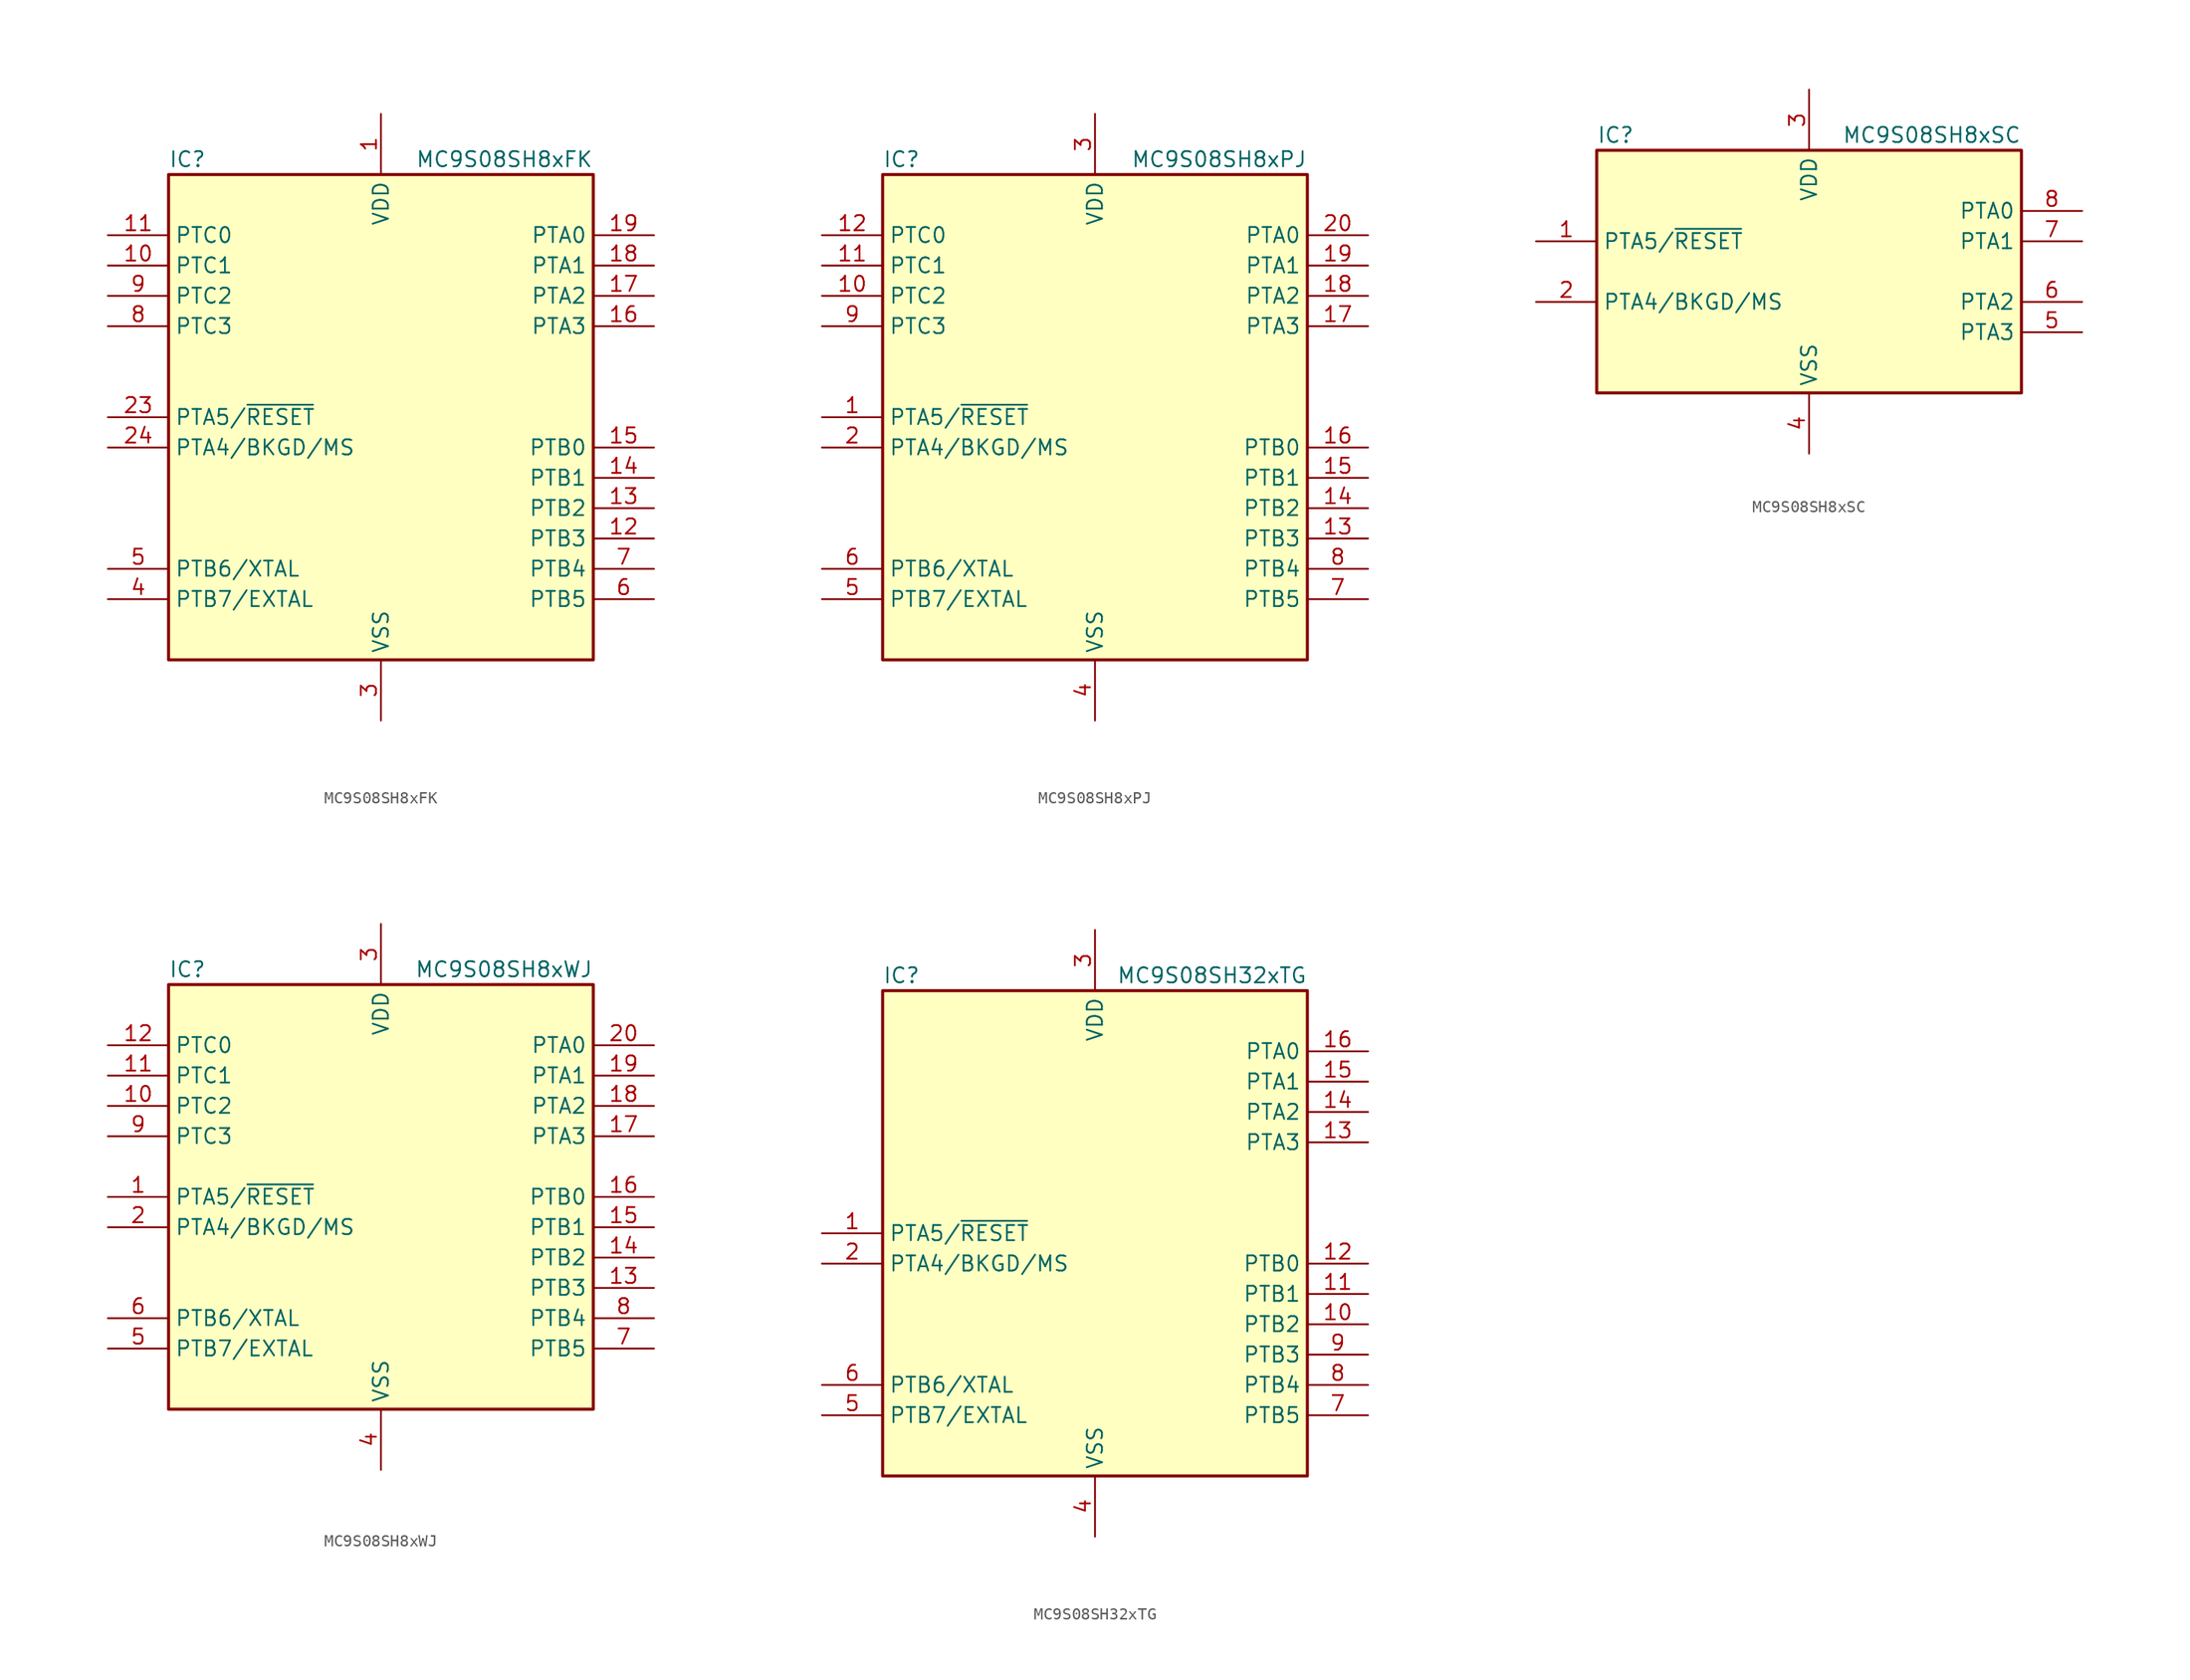
<source format=kicad_sym>
(kicad_symbol_lib
  (version 20241209)
  (generator "kicad_symbol_editor")
  (generator_version "9.0")
  (symbol "MC9S08SH8xFK"
    (property "Reference" "IC"
      (at -17.78 21.59 0)
      (effects (font (size 1.27 1.27)) (justify left)))
    (property "Value" "MC9S08SH8xFK"
      (at 17.78 21.59 0)
      (effects (font (size 1.27 1.27)) (justify right)))
    (symbol "MC9S08SH8xFK_0_1"
      (rectangle (start -17.78 20.32) (end 17.78 -20.32) (stroke (width 0.254) (type default)) (fill (type background))))
    (symbol "MC9S08SH8xFK_1_1"
      (pin bidirectional line (at -22.86 15.24 0) (length 5.08) (name "PTC0" (effects (font (size 1.27 1.27)))) (number "11" (effects (font (size 1.27 1.27)))))
      (pin bidirectional line (at -22.86 12.7 0) (length 5.08) (name "PTC1" (effects (font (size 1.27 1.27)))) (number "10" (effects (font (size 1.27 1.27)))))
      (pin bidirectional line (at -22.86 10.16 0) (length 5.08) (name "PTC2" (effects (font (size 1.27 1.27)))) (number "9" (effects (font (size 1.27 1.27)))))
      (pin bidirectional line (at -22.86 7.62 0) (length 5.08) (name "PTC3" (effects (font (size 1.27 1.27)))) (number "8" (effects (font (size 1.27 1.27)))))
      (pin bidirectional line (at -22.86 0 0) (length 5.08) (name "PTA5/~{RESET}" (effects (font (size 1.27 1.27)))) (number "23" (effects (font (size 1.27 1.27)))))
      (pin bidirectional line (at -22.86 -2.54 0) (length 5.08) (name "PTA4/BKGD/MS" (effects (font (size 1.27 1.27)))) (number "24" (effects (font (size 1.27 1.27)))))
      (pin bidirectional line (at -22.86 -12.7 0) (length 5.08) (name "PTB6/XTAL" (effects (font (size 1.27 1.27)))) (number "5" (effects (font (size 1.27 1.27)))))
      (pin bidirectional line (at -22.86 -15.24 0) (length 5.08) (name "PTB7/EXTAL" (effects (font (size 1.27 1.27)))) (number "4" (effects (font (size 1.27 1.27)))))
      (pin power_in line (at 0 25.4 270) (length 5.08) (name "VDD" (effects (font (size 1.27 1.27)))) (number "1" (effects (font (size 1.27 1.27)))))
      (pin power_in line (at 0 -25.4 90) (length 5.08) (name "VSS" (effects (font (size 1.27 1.27)))) (number "3" (effects (font (size 1.27 1.27)))))
      (pin bidirectional line (at 22.86 15.24 180) (length 5.08) (name "PTA0" (effects (font (size 1.27 1.27)))) (number "19" (effects (font (size 1.27 1.27)))))
      (pin bidirectional line (at 22.86 12.7 180) (length 5.08) (name "PTA1" (effects (font (size 1.27 1.27)))) (number "18" (effects (font (size 1.27 1.27)))))
      (pin bidirectional line (at 22.86 10.16 180) (length 5.08) (name "PTA2" (effects (font (size 1.27 1.27)))) (number "17" (effects (font (size 1.27 1.27)))))
      (pin bidirectional line (at 22.86 7.62 180) (length 5.08) (name "PTA3" (effects (font (size 1.27 1.27)))) (number "16" (effects (font (size 1.27 1.27)))))
      (pin bidirectional line (at 22.86 -2.54 180) (length 5.08) (name "PTB0" (effects (font (size 1.27 1.27)))) (number "15" (effects (font (size 1.27 1.27)))))
      (pin bidirectional line (at 22.86 -5.08 180) (length 5.08) (name "PTB1" (effects (font (size 1.27 1.27)))) (number "14" (effects (font (size 1.27 1.27)))))
      (pin bidirectional line (at 22.86 -7.62 180) (length 5.08) (name "PTB2" (effects (font (size 1.27 1.27)))) (number "13" (effects (font (size 1.27 1.27)))))
      (pin bidirectional line (at 22.86 -10.16 180) (length 5.08) (name "PTB3" (effects (font (size 1.27 1.27)))) (number "12" (effects (font (size 1.27 1.27)))))
      (pin bidirectional line (at 22.86 -12.7 180) (length 5.08) (name "PTB4" (effects (font (size 1.27 1.27)))) (number "7" (effects (font (size 1.27 1.27)))))
      (pin bidirectional line (at 22.86 -15.24 180) (length 5.08) (name "PTB5" (effects (font (size 1.27 1.27)))) (number "6" (effects (font (size 1.27 1.27)))))))
  (symbol "MC9S08SH8xPJ"
    (property "Reference" "IC"
      (at -17.78 21.59 0)
      (effects (font (size 1.27 1.27)) (justify left)))
    (property "Value" "MC9S08SH8xPJ"
      (at 17.78 21.59 0)
      (effects (font (size 1.27 1.27)) (justify right)))
    (symbol "MC9S08SH8xPJ_0_1"
      (rectangle (start -17.78 20.32) (end 17.78 -20.32) (stroke (width 0.254) (type default)) (fill (type background))))
    (symbol "MC9S08SH8xPJ_1_1"
      (pin bidirectional line (at -22.86 15.24 0) (length 5.08) (name "PTC0" (effects (font (size 1.27 1.27)))) (number "12" (effects (font (size 1.27 1.27)))))
      (pin bidirectional line (at -22.86 12.7 0) (length 5.08) (name "PTC1" (effects (font (size 1.27 1.27)))) (number "11" (effects (font (size 1.27 1.27)))))
      (pin bidirectional line (at -22.86 10.16 0) (length 5.08) (name "PTC2" (effects (font (size 1.27 1.27)))) (number "10" (effects (font (size 1.27 1.27)))))
      (pin bidirectional line (at -22.86 7.62 0) (length 5.08) (name "PTC3" (effects (font (size 1.27 1.27)))) (number "9" (effects (font (size 1.27 1.27)))))
      (pin bidirectional line (at -22.86 0 0) (length 5.08) (name "PTA5/~{RESET}" (effects (font (size 1.27 1.27)))) (number "1" (effects (font (size 1.27 1.27)))))
      (pin bidirectional line (at -22.86 -2.54 0) (length 5.08) (name "PTA4/BKGD/MS" (effects (font (size 1.27 1.27)))) (number "2" (effects (font (size 1.27 1.27)))))
      (pin bidirectional line (at -22.86 -12.7 0) (length 5.08) (name "PTB6/XTAL" (effects (font (size 1.27 1.27)))) (number "6" (effects (font (size 1.27 1.27)))))
      (pin bidirectional line (at -22.86 -15.24 0) (length 5.08) (name "PTB7/EXTAL" (effects (font (size 1.27 1.27)))) (number "5" (effects (font (size 1.27 1.27)))))
      (pin power_in line (at 0 25.4 270) (length 5.08) (name "VDD" (effects (font (size 1.27 1.27)))) (number "3" (effects (font (size 1.27 1.27)))))
      (pin power_in line (at 0 -25.4 90) (length 5.08) (name "VSS" (effects (font (size 1.27 1.27)))) (number "4" (effects (font (size 1.27 1.27)))))
      (pin bidirectional line (at 22.86 15.24 180) (length 5.08) (name "PTA0" (effects (font (size 1.27 1.27)))) (number "20" (effects (font (size 1.27 1.27)))))
      (pin bidirectional line (at 22.86 12.7 180) (length 5.08) (name "PTA1" (effects (font (size 1.27 1.27)))) (number "19" (effects (font (size 1.27 1.27)))))
      (pin bidirectional line (at 22.86 10.16 180) (length 5.08) (name "PTA2" (effects (font (size 1.27 1.27)))) (number "18" (effects (font (size 1.27 1.27)))))
      (pin bidirectional line (at 22.86 7.62 180) (length 5.08) (name "PTA3" (effects (font (size 1.27 1.27)))) (number "17" (effects (font (size 1.27 1.27)))))
      (pin bidirectional line (at 22.86 -2.54 180) (length 5.08) (name "PTB0" (effects (font (size 1.27 1.27)))) (number "16" (effects (font (size 1.27 1.27)))))
      (pin bidirectional line (at 22.86 -5.08 180) (length 5.08) (name "PTB1" (effects (font (size 1.27 1.27)))) (number "15" (effects (font (size 1.27 1.27)))))
      (pin bidirectional line (at 22.86 -7.62 180) (length 5.08) (name "PTB2" (effects (font (size 1.27 1.27)))) (number "14" (effects (font (size 1.27 1.27)))))
      (pin bidirectional line (at 22.86 -10.16 180) (length 5.08) (name "PTB3" (effects (font (size 1.27 1.27)))) (number "13" (effects (font (size 1.27 1.27)))))
      (pin bidirectional line (at 22.86 -12.7 180) (length 5.08) (name "PTB4" (effects (font (size 1.27 1.27)))) (number "8" (effects (font (size 1.27 1.27)))))
      (pin bidirectional line (at 22.86 -15.24 180) (length 5.08) (name "PTB5" (effects (font (size 1.27 1.27)))) (number "7" (effects (font (size 1.27 1.27)))))))
  (symbol "MC9S08SH8xSC"
    (property "Reference" "IC"
      (at -17.78 11.43 0)
      (effects (font (size 1.27 1.27)) (justify left)))
    (property "Value" "MC9S08SH8xSC"
      (at 17.78 11.43 0)
      (effects (font (size 1.27 1.27)) (justify right)))
    (symbol "MC9S08SH8xSC_0_1"
      (rectangle (start -17.78 10.16) (end 17.78 -10.16) (stroke (width 0.254) (type default)) (fill (type background))))
    (symbol "MC9S08SH8xSC_1_1"
      (pin bidirectional line (at -22.86 2.54 0) (length 5.08) (name "PTA5/~{RESET}" (effects (font (size 1.27 1.27)))) (number "1" (effects (font (size 1.27 1.27)))))
      (pin bidirectional line (at -22.86 -2.54 0) (length 5.08) (name "PTA4/BKGD/MS" (effects (font (size 1.27 1.27)))) (number "2" (effects (font (size 1.27 1.27)))))
      (pin power_in line (at 0 15.24 270) (length 5.08) (name "VDD" (effects (font (size 1.27 1.27)))) (number "3" (effects (font (size 1.27 1.27)))))
      (pin power_in line (at 0 -15.24 90) (length 5.08) (name "VSS" (effects (font (size 1.27 1.27)))) (number "4" (effects (font (size 1.27 1.27)))))
      (pin bidirectional line (at 22.86 5.08 180) (length 5.08) (name "PTA0" (effects (font (size 1.27 1.27)))) (number "8" (effects (font (size 1.27 1.27)))))
      (pin bidirectional line (at 22.86 2.54 180) (length 5.08) (name "PTA1" (effects (font (size 1.27 1.27)))) (number "7" (effects (font (size 1.27 1.27)))))
      (pin bidirectional line (at 22.86 -2.54 180) (length 5.08) (name "PTA2" (effects (font (size 1.27 1.27)))) (number "6" (effects (font (size 1.27 1.27)))))
      (pin bidirectional line (at 22.86 -5.08 180) (length 5.08) (name "PTA3" (effects (font (size 1.27 1.27)))) (number "5" (effects (font (size 1.27 1.27)))))))
  (symbol "MC9S08SH8xWJ"
    (property "Reference" "IC"
      (at -17.78 19.05 0)
      (effects (font (size 1.27 1.27)) (justify left)))
    (property "Value" "MC9S08SH8xWJ"
      (at 17.78 19.05 0)
      (effects (font (size 1.27 1.27)) (justify right)))
    (symbol "MC9S08SH8xWJ_0_1"
      (rectangle (start -17.78 17.78) (end 17.78 -17.78) (stroke (width 0.254) (type default)) (fill (type background))))
    (symbol "MC9S08SH8xWJ_1_1"
      (pin bidirectional line (at -22.86 12.7 0) (length 5.08) (name "PTC0" (effects (font (size 1.27 1.27)))) (number "12" (effects (font (size 1.27 1.27)))))
      (pin bidirectional line (at -22.86 10.16 0) (length 5.08) (name "PTC1" (effects (font (size 1.27 1.27)))) (number "11" (effects (font (size 1.27 1.27)))))
      (pin bidirectional line (at -22.86 7.62 0) (length 5.08) (name "PTC2" (effects (font (size 1.27 1.27)))) (number "10" (effects (font (size 1.27 1.27)))))
      (pin bidirectional line (at -22.86 5.08 0) (length 5.08) (name "PTC3" (effects (font (size 1.27 1.27)))) (number "9" (effects (font (size 1.27 1.27)))))
      (pin bidirectional line (at -22.86 0 0) (length 5.08) (name "PTA5/~{RESET}" (effects (font (size 1.27 1.27)))) (number "1" (effects (font (size 1.27 1.27)))))
      (pin bidirectional line (at -22.86 -2.54 0) (length 5.08) (name "PTA4/BKGD/MS" (effects (font (size 1.27 1.27)))) (number "2" (effects (font (size 1.27 1.27)))))
      (pin bidirectional line (at -22.86 -10.16 0) (length 5.08) (name "PTB6/XTAL" (effects (font (size 1.27 1.27)))) (number "6" (effects (font (size 1.27 1.27)))))
      (pin bidirectional line (at -22.86 -12.7 0) (length 5.08) (name "PTB7/EXTAL" (effects (font (size 1.27 1.27)))) (number "5" (effects (font (size 1.27 1.27)))))
      (pin power_in line (at 0 22.86 270) (length 5.08) (name "VDD" (effects (font (size 1.27 1.27)))) (number "3" (effects (font (size 1.27 1.27)))))
      (pin power_in line (at 0 -22.86 90) (length 5.08) (name "VSS" (effects (font (size 1.27 1.27)))) (number "4" (effects (font (size 1.27 1.27)))))
      (pin bidirectional line (at 22.86 12.7 180) (length 5.08) (name "PTA0" (effects (font (size 1.27 1.27)))) (number "20" (effects (font (size 1.27 1.27)))))
      (pin bidirectional line (at 22.86 10.16 180) (length 5.08) (name "PTA1" (effects (font (size 1.27 1.27)))) (number "19" (effects (font (size 1.27 1.27)))))
      (pin bidirectional line (at 22.86 7.62 180) (length 5.08) (name "PTA2" (effects (font (size 1.27 1.27)))) (number "18" (effects (font (size 1.27 1.27)))))
      (pin bidirectional line (at 22.86 5.08 180) (length 5.08) (name "PTA3" (effects (font (size 1.27 1.27)))) (number "17" (effects (font (size 1.27 1.27)))))
      (pin bidirectional line (at 22.86 0 180) (length 5.08) (name "PTB0" (effects (font (size 1.27 1.27)))) (number "16" (effects (font (size 1.27 1.27)))))
      (pin bidirectional line (at 22.86 -2.54 180) (length 5.08) (name "PTB1" (effects (font (size 1.27 1.27)))) (number "15" (effects (font (size 1.27 1.27)))))
      (pin bidirectional line (at 22.86 -5.08 180) (length 5.08) (name "PTB2" (effects (font (size 1.27 1.27)))) (number "14" (effects (font (size 1.27 1.27)))))
      (pin bidirectional line (at 22.86 -7.62 180) (length 5.08) (name "PTB3" (effects (font (size 1.27 1.27)))) (number "13" (effects (font (size 1.27 1.27)))))
      (pin bidirectional line (at 22.86 -10.16 180) (length 5.08) (name "PTB4" (effects (font (size 1.27 1.27)))) (number "8" (effects (font (size 1.27 1.27)))))
      (pin bidirectional line (at 22.86 -12.7 180) (length 5.08) (name "PTB5" (effects (font (size 1.27 1.27)))) (number "7" (effects (font (size 1.27 1.27)))))))
  (symbol "MC9S08SH32xTG"
    (property "Reference" "IC"
      (at -17.78 21.59 0)
      (effects (font (size 1.27 1.27)) (justify left)))
    (property "Value" "MC9S08SH32xTG"
      (at 17.78 21.59 0)
      (effects (font (size 1.27 1.27)) (justify right)))
    (symbol "MC9S08SH32xTG_0_1"
      (rectangle (start -17.78 20.32) (end 17.78 -20.32) (stroke (width 0.254) (type default)) (fill (type background))))
    (symbol "MC9S08SH32xTG_1_1"
      (pin bidirectional line (at -22.86 0 0) (length 5.08) (name "PTA5/~{RESET}" (effects (font (size 1.27 1.27)))) (number "1" (effects (font (size 1.27 1.27)))))
      (pin bidirectional line (at -22.86 -2.54 0) (length 5.08) (name "PTA4/BKGD/MS" (effects (font (size 1.27 1.27)))) (number "2" (effects (font (size 1.27 1.27)))))
      (pin bidirectional line (at -22.86 -12.7 0) (length 5.08) (name "PTB6/XTAL" (effects (font (size 1.27 1.27)))) (number "6" (effects (font (size 1.27 1.27)))))
      (pin bidirectional line (at -22.86 -15.24 0) (length 5.08) (name "PTB7/EXTAL" (effects (font (size 1.27 1.27)))) (number "5" (effects (font (size 1.27 1.27)))))
      (pin power_in line (at 0 25.4 270) (length 5.08) (name "VDD" (effects (font (size 1.27 1.27)))) (number "3" (effects (font (size 1.27 1.27)))))
      (pin power_in line (at 0 -25.4 90) (length 5.08) (name "VSS" (effects (font (size 1.27 1.27)))) (number "4" (effects (font (size 1.27 1.27)))))
      (pin bidirectional line (at 22.86 15.24 180) (length 5.08) (name "PTA0" (effects (font (size 1.27 1.27)))) (number "16" (effects (font (size 1.27 1.27)))))
      (pin bidirectional line (at 22.86 12.7 180) (length 5.08) (name "PTA1" (effects (font (size 1.27 1.27)))) (number "15" (effects (font (size 1.27 1.27)))))
      (pin bidirectional line (at 22.86 10.16 180) (length 5.08) (name "PTA2" (effects (font (size 1.27 1.27)))) (number "14" (effects (font (size 1.27 1.27)))))
      (pin bidirectional line (at 22.86 7.62 180) (length 5.08) (name "PTA3" (effects (font (size 1.27 1.27)))) (number "13" (effects (font (size 1.27 1.27)))))
      (pin bidirectional line (at 22.86 -2.54 180) (length 5.08) (name "PTB0" (effects (font (size 1.27 1.27)))) (number "12" (effects (font (size 1.27 1.27)))))
      (pin bidirectional line (at 22.86 -5.08 180) (length 5.08) (name "PTB1" (effects (font (size 1.27 1.27)))) (number "11" (effects (font (size 1.27 1.27)))))
      (pin bidirectional line (at 22.86 -7.62 180) (length 5.08) (name "PTB2" (effects (font (size 1.27 1.27)))) (number "10" (effects (font (size 1.27 1.27)))))
      (pin bidirectional line (at 22.86 -10.16 180) (length 5.08) (name "PTB3" (effects (font (size 1.27 1.27)))) (number "9" (effects (font (size 1.27 1.27)))))
      (pin bidirectional line (at 22.86 -12.7 180) (length 5.08) (name "PTB4" (effects (font (size 1.27 1.27)))) (number "8" (effects (font (size 1.27 1.27)))))
      (pin bidirectional line (at 22.86 -15.24 180) (length 5.08) (name "PTB5" (effects (font (size 1.27 1.27)))) (number "7" (effects (font (size 1.27 1.27))))))))
</source>
